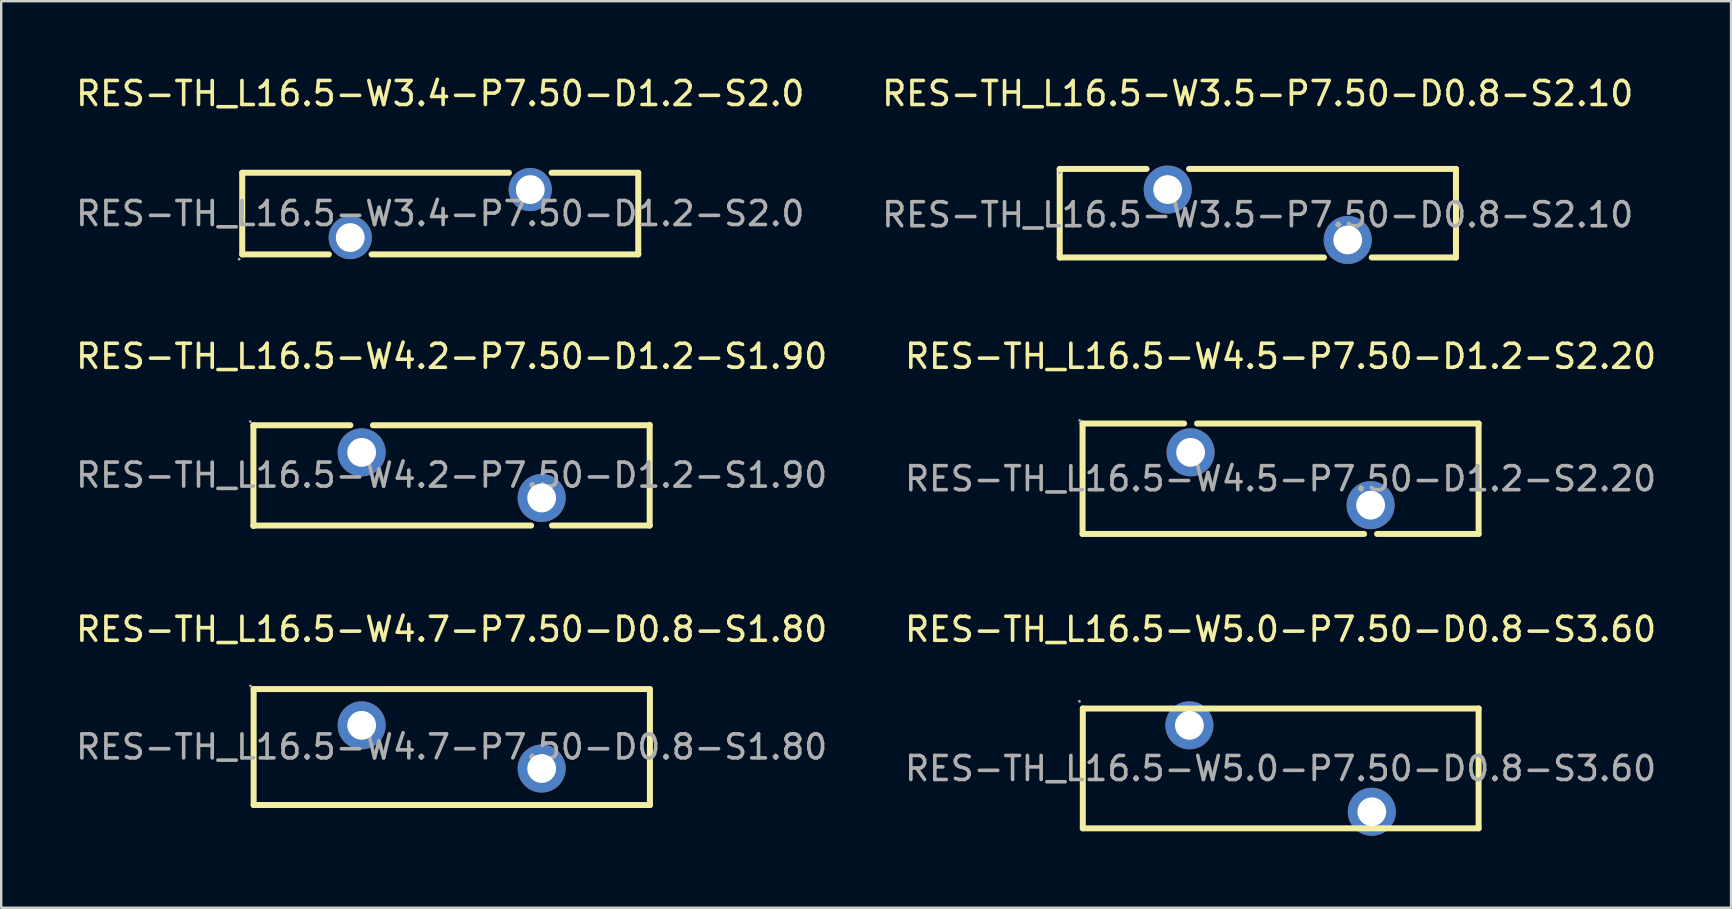
<source format=kicad_pcb>
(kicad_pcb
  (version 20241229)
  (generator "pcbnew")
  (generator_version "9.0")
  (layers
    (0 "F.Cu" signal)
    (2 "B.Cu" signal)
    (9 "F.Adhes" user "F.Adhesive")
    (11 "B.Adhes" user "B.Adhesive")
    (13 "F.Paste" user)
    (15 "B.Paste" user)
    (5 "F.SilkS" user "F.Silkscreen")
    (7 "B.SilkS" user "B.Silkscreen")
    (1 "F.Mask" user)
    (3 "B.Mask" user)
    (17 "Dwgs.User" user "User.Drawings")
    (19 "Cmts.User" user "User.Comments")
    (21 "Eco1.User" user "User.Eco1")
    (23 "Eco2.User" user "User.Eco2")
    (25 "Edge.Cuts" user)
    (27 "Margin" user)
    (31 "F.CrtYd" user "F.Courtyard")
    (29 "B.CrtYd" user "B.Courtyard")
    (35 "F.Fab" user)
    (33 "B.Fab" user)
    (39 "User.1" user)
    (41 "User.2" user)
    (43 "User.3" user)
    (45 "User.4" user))
  (footprint "RES-TH_L16.5-W4.2-P7.50-D1.2-S1.90"
    (layer "F.Cu")
    (at 15.768 16.747)
    (property "Reference" "RES-TH_L16.5-W4.2-P7.50-D1.2-S1.90" (at 0 -4.95 0) (layer "F.SilkS") (effects (font (size 1 1) (thickness 0.15))))
    (attr through_hole)
    (fp_line (start -8.26 -2.08) (end -4.22 -2.08) (stroke (width 0.25) (type solid)) (layer "F.SilkS"))
    (fp_line (start -8.26 2.12) (end -8.26 -2.08) (stroke (width 0.25) (type solid)) (layer "F.SilkS"))
    (fp_line (start -3.28 -2.08) (end 8.25 -2.08) (stroke (width 0.25) (type solid)) (layer "F.SilkS"))
    (fp_line (start 3.31 2.1) (end -8.26 2.1) (stroke (width 0.25) (type solid)) (layer "F.SilkS"))
    (fp_line (start 8.25 -2.1) (end 8.25 2.1) (stroke (width 0.25) (type solid)) (layer "F.SilkS"))
    (fp_line (start 8.25 2.1) (end 4.18 2.1) (stroke (width 0.25) (type solid)) (layer "F.SilkS"))
    (fp_circle (center -8.39 -2.23) (end -8.36 -2.23) (stroke (width 0.06) (type solid)) (fill no) (layer "F.Fab"))
    (fp_circle (center -3.75 -0.95) (end -3.5 -0.95) (stroke (width 0.5) (type solid)) (fill no) (layer "F.Fab"))
    (fp_circle (center 3.75 0.95) (end 4 0.95) (stroke (width 0.5) (type solid)) (fill no) (layer "F.Fab"))
    (fp_text user "${REFERENCE}" (at 0 0 0) (layer "F.Fab") (effects (font (size 1 1) (thickness 0.15))))
    (pad "1" thru_hole circle (at -3.75 -0.95) (size 2 2) (drill 1.2) (layers "*.Cu" "*.Paste" "*.Mask"))
    (pad "2" thru_hole circle (at 3.75 0.95) (size 2 2) (drill 1.2) (layers "*.Cu" "*.Paste" "*.Mask")))
  (footprint "RES-TH_L16.5-W3.5-P7.50-D0.8-S2.10"
    (layer "F.Cu")
    (at 49.351 5.898)
    (property "Reference" "RES-TH_L16.5-W3.5-P7.50-D0.8-S2.10" (at 0 -5.05 0) (layer "F.SilkS") (effects (font (size 1 1) (thickness 0.15))))
    (attr through_hole)
    (fp_line (start -8.25 -1.91) (end -4.63 -1.91) (stroke (width 0.25) (type solid)) (layer "F.SilkS"))
    (fp_line (start -8.25 1.78) (end -8.25 -1.91) (stroke (width 0.25) (type solid)) (layer "F.SilkS"))
    (fp_line (start -2.86 -1.91) (end 8.26 -1.91) (stroke (width 0.25) (type solid)) (layer "F.SilkS"))
    (fp_line (start 2.76 1.78) (end -8.25 1.78) (stroke (width 0.25) (type solid)) (layer "F.SilkS"))
    (fp_line (start 8.26 -1.91) (end 8.26 1.78) (stroke (width 0.25) (type solid)) (layer "F.SilkS"))
    (fp_line (start 8.26 1.78) (end 4.75 1.78) (stroke (width 0.25) (type solid)) (layer "F.SilkS"))
    (fp_circle (center -8.25 -1.75) (end -8.22 -1.75) (stroke (width 0.06) (type solid)) (fill no) (layer "F.Fab"))
    (fp_circle (center -3.75 -1.05) (end -3.55 -1.05) (stroke (width 0.4) (type solid)) (fill no) (layer "F.Fab"))
    (fp_circle (center 3.75 1.05) (end 3.95 1.05) (stroke (width 0.4) (type solid)) (fill no) (layer "F.Fab"))
    (fp_text user "${REFERENCE}" (at 0 0 0) (layer "F.Fab") (effects (font (size 1 1) (thickness 0.15))))
    (pad "1" thru_hole circle (at -3.75 -1.05) (size 2 2) (drill 1.2) (layers "*.Cu" "*.Paste" "*.Mask"))
    (pad "2" thru_hole circle (at 3.75 1.05) (size 2 2) (drill 1.2) (layers "*.Cu" "*.Paste" "*.Mask")))
  (footprint "RES-TH_L16.5-W4.7-P7.50-D0.8-S1.80"
    (layer "F.Cu")
    (at 15.768 28.07)
    (property "Reference" "RES-TH_L16.5-W4.7-P7.50-D0.8-S1.80" (at 0 -4.9 0) (layer "F.SilkS") (effects (font (size 1 1) (thickness 0.15))))
    (attr through_hole)
    (fp_line (start -8.25 -2.41) (end -2.51 -2.41) (stroke (width 0.25) (type solid)) (layer "F.SilkS"))
    (fp_line (start -8.25 2.42) (end -8.25 -2.41) (stroke (width 0.25) (type solid)) (layer "F.SilkS"))
    (fp_line (start -2.51 -2.41) (end 8.26 -2.41) (stroke (width 0.25) (type solid)) (layer "F.SilkS"))
    (fp_line (start -0.35 2.42) (end -8.25 2.42) (stroke (width 0.25) (type solid)) (layer "F.SilkS"))
    (fp_line (start 8.26 -2.41) (end 8.26 2.42) (stroke (width 0.25) (type solid)) (layer "F.SilkS"))
    (fp_line (start 8.26 2.42) (end -0.35 2.42) (stroke (width 0.25) (type solid)) (layer "F.SilkS"))
    (fp_circle (center -8.38 -2.54) (end -8.35 -2.54) (stroke (width 0.06) (type solid)) (fill no) (layer "F.Fab"))
    (fp_circle (center -3.75 -0.9) (end -3.5 -0.9) (stroke (width 0.5) (type solid)) (fill no) (layer "F.Fab"))
    (fp_circle (center 3.75 0.9) (end 4 0.9) (stroke (width 0.5) (type solid)) (fill no) (layer "F.Fab"))
    (fp_text user "${REFERENCE}" (at 0 0 0) (layer "F.Fab") (effects (font (size 1 1) (thickness 0.15))))
    (pad "1" thru_hole circle (at -3.75 -0.9) (size 2 2) (drill 1.2) (layers "*.Cu" "*.Paste" "*.Mask"))
    (pad "2" thru_hole circle (at 3.75 0.9) (size 2 2) (drill 1.2) (layers "*.Cu" "*.Paste" "*.Mask")))
  (footprint "RES-TH_L16.5-W4.5-P7.50-D1.2-S2.20"
    (layer "F.Cu")
    (at 50.304 16.896)
    (property "Reference" "RES-TH_L16.5-W4.5-P7.50-D1.2-S2.20" (at 0 -5.1 0) (layer "F.SilkS") (effects (font (size 1 1) (thickness 0.15))))
    (attr through_hole)
    (fp_line (start -8.25 -2.3) (end -4.02 -2.3) (stroke (width 0.25) (type solid)) (layer "F.SilkS"))
    (fp_line (start -8.25 2.3) (end -8.25 -2.3) (stroke (width 0.25) (type solid)) (layer "F.SilkS"))
    (fp_line (start -8.25 2.3) (end 3.48 2.3) (stroke (width 0.25) (type solid)) (layer "F.SilkS"))
    (fp_line (start -3.48 -2.3) (end 8.25 -2.3) (stroke (width 0.25) (type solid)) (layer "F.SilkS"))
    (fp_line (start 4.02 2.3) (end 8.25 2.3) (stroke (width 0.25) (type solid)) (layer "F.SilkS"))
    (fp_line (start 8.25 -2.3) (end 8.25 2.3) (stroke (width 0.25) (type solid)) (layer "F.SilkS"))
    (fp_circle (center -8.37 -2.43) (end -8.34 -2.43) (stroke (width 0.06) (type solid)) (fill no) (layer "F.Fab"))
    (fp_circle (center -3.75 -1.1) (end -3.5 -1.1) (stroke (width 0.5) (type solid)) (fill no) (layer "F.Fab"))
    (fp_circle (center 3.75 1.1) (end 4 1.1) (stroke (width 0.5) (type solid)) (fill no) (layer "F.Fab"))
    (fp_text user "${REFERENCE}" (at 0 0 0) (layer "F.Fab") (effects (font (size 1 1) (thickness 0.15))))
    (pad "1" thru_hole circle (at -3.75 -1.1) (size 2 2) (drill 1.2) (layers "*.Cu" "*.Paste" "*.Mask"))
    (pad "2" thru_hole circle (at 3.75 1.1) (size 2 2) (drill 1.2) (layers "*.Cu" "*.Paste" "*.Mask")))
  (footprint "RES-TH_L16.5-W3.4-P7.50-D1.2-S2.0"
    (layer "F.Cu")
    (at 15.292 5.848)
    (property "Reference" "RES-TH_L16.5-W3.4-P7.50-D1.2-S2.0" (at 0 -5 0) (layer "F.SilkS") (effects (font (size 1 1) (thickness 0.15))))
    (attr through_hole)
    (fp_line (start -8.25 -1.7) (end -8.25 1.7) (stroke (width 0.25) (type solid)) (layer "F.SilkS"))
    (fp_line (start -8.25 -1.7) (end 2.86 -1.7) (stroke (width 0.25) (type solid)) (layer "F.SilkS"))
    (fp_line (start -4.64 1.7) (end -8.25 1.7) (stroke (width 0.25) (type solid)) (layer "F.SilkS"))
    (fp_line (start 4.64 -1.7) (end 8.25 -1.7) (stroke (width 0.25) (type solid)) (layer "F.SilkS"))
    (fp_line (start 8.25 -1.7) (end 8.25 1.7) (stroke (width 0.25) (type solid)) (layer "F.SilkS"))
    (fp_line (start 8.25 1.7) (end -2.86 1.7) (stroke (width 0.25) (type solid)) (layer "F.SilkS"))
    (fp_circle (center -8.38 1.9) (end -8.35 1.9) (stroke (width 0.06) (type solid)) (fill no) (layer "F.Fab"))
    (fp_circle (center -3.75 1) (end -3.5 1) (stroke (width 0.5) (type solid)) (fill no) (layer "F.Fab"))
    (fp_circle (center 3.75 -1) (end 4 -1) (stroke (width 0.5) (type solid)) (fill no) (layer "F.Fab"))
    (fp_text user "${REFERENCE}" (at 0 0 0) (layer "F.Fab") (effects (font (size 1 1) (thickness 0.15))))
    (pad "1" thru_hole circle (at -3.75 1) (size 1.8 1.8) (drill 1.2) (layers "*.Cu" "*.Paste" "*.Mask"))
    (pad "2" thru_hole circle (at 3.75 -1) (size 1.8 1.8) (drill 1.2) (layers "*.Cu" "*.Paste" "*.Mask")))
  (footprint "RES-TH_L16.5-W5.0-P7.50-D0.8-S3.60"
    (layer "F.Cu")
    (at 50.304 28.97)
    (property "Reference" "RES-TH_L16.5-W5.0-P7.50-D0.8-S3.60" (at 0 -5.8 0) (layer "F.SilkS") (effects (font (size 1 1) (thickness 0.15))))
    (attr through_hole)
    (fp_line (start -8.24 -2.5) (end 8.25 -2.5) (stroke (width 0.25) (type solid)) (layer "F.SilkS"))
    (fp_line (start -8.24 2.49) (end -8.24 -2.5) (stroke (width 0.25) (type solid)) (layer "F.SilkS"))
    (fp_line (start 8.25 -2.5) (end 8.25 2.49) (stroke (width 0.25) (type solid)) (layer "F.SilkS"))
    (fp_line (start 8.25 2.49) (end -8.24 2.49) (stroke (width 0.25) (type solid)) (layer "F.SilkS"))
    (fp_circle (center -8.38 -2.8) (end -8.35 -2.8) (stroke (width 0.06) (type solid)) (fill no) (layer "F.Fab"))
    (fp_circle (center -3.8 -1.8) (end -3.55 -1.8) (stroke (width 0.5) (type solid)) (fill no) (layer "F.Fab"))
    (fp_circle (center 3.8 1.8) (end 4.05 1.8) (stroke (width 0.5) (type solid)) (fill no) (layer "F.Fab"))
    (fp_text user "${REFERENCE}" (at 0 0 0) (layer "F.Fab") (effects (font (size 1 1) (thickness 0.15))))
    (pad "1" thru_hole circle (at -3.8 -1.8) (size 2 2) (drill 1.2) (layers "*.Cu" "*.Paste" "*.Mask"))
    (pad "2" thru_hole circle (at 3.8 1.8) (size 2 2) (drill 1.2) (layers "*.Cu" "*.Paste" "*.Mask")))
  (gr_rect
    (start -3 -3)
    (end 69.071 34.77)
    (stroke (width 0.1) (type default))
    (fill no)
    (layer "Edge.Cuts")))
</source>
